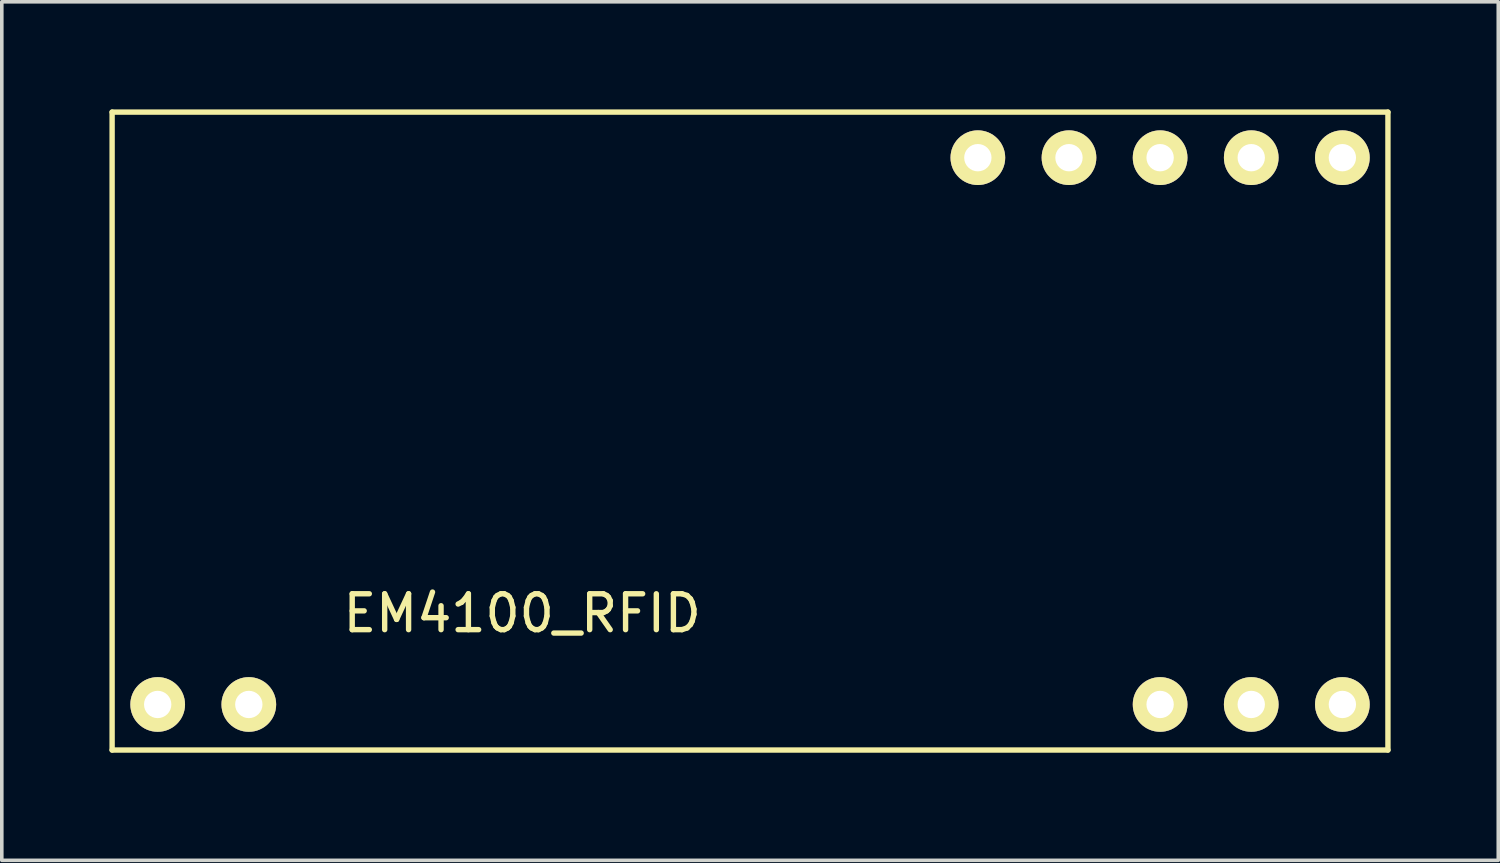
<source format=kicad_pcb>
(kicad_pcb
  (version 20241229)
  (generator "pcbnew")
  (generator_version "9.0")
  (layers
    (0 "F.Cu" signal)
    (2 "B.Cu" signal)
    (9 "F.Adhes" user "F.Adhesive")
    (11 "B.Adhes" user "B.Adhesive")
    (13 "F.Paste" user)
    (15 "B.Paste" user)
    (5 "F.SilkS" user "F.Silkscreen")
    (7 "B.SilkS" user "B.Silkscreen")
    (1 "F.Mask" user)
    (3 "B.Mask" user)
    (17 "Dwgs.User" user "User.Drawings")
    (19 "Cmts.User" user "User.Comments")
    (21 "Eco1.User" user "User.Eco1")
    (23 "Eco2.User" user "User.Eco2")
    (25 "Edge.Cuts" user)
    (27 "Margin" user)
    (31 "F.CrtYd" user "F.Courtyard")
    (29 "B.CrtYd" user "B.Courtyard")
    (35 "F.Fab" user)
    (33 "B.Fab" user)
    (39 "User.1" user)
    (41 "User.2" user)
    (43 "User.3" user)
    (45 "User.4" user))
  (footprint "EM4100_RFID"
    (layer "F.Cu")
    (at 17.855 8.965)
    (property "Reference" "EM4100_RFID" (at -6.35 5.08 0) (layer "F.SilkS") (effects (font (size 1 1) (thickness 0.15))))
    (attr through_hole)
    (fp_line (start -17.78 -8.89) (end -17.78 8.89) (stroke (width 0.15) (type solid)) (layer "F.SilkS"))
    (fp_line (start -17.78 8.89) (end 17.78 8.89) (stroke (width 0.15) (type solid)) (layer "F.SilkS"))
    (fp_line (start 17.78 -8.89) (end -17.78 -8.89) (stroke (width 0.15) (type solid)) (layer "F.SilkS"))
    (fp_line (start 17.78 8.89) (end 17.78 -8.89) (stroke (width 0.15) (type solid)) (layer "F.SilkS"))
    (pad "11" thru_hole circle (at 16.51 -7.62) (size 1.524 1.524) (drill 0.762) (layers "*.Cu" "*.Mask" "F.SilkS"))
    (pad "12" thru_hole circle (at 13.97 -7.62) (size 1.524 1.524) (drill 0.762) (layers "*.Cu" "*.Mask" "F.SilkS"))
    (pad "13" thru_hole circle (at 11.43 -7.62) (size 1.524 1.524) (drill 0.762) (layers "*.Cu" "*.Mask" "F.SilkS"))
    (pad "14" thru_hole circle (at 8.89 -7.62) (size 1.524 1.524) (drill 0.762) (layers "*.Cu" "*.Mask" "F.SilkS"))
    (pad "15" thru_hole circle (at 6.35 -7.62) (size 1.524 1.524) (drill 0.762) (layers "*.Cu" "*.Mask" "F.SilkS"))
    (pad "21" thru_hole circle (at -16.51 7.62) (size 1.524 1.524) (drill 0.762) (layers "*.Cu" "*.Mask" "F.SilkS"))
    (pad "22" thru_hole circle (at -13.97 7.62) (size 1.524 1.524) (drill 0.762) (layers "*.Cu" "*.Mask" "F.SilkS"))
    (pad "31" thru_hole circle (at 11.43 7.62) (size 1.524 1.524) (drill 0.762) (layers "*.Cu" "*.Mask" "F.SilkS"))
    (pad "32" thru_hole circle (at 13.97 7.62) (size 1.524 1.524) (drill 0.762) (layers "*.Cu" "*.Mask" "F.SilkS"))
    (pad "33" thru_hole circle (at 16.51 7.62) (size 1.524 1.524) (drill 0.762) (layers "*.Cu" "*.Mask" "F.SilkS")))
  (gr_rect
    (start -3 -3)
    (end 38.71 20.93)
    (stroke (width 0.1) (type default))
    (fill no)
    (layer "Edge.Cuts")))
</source>
